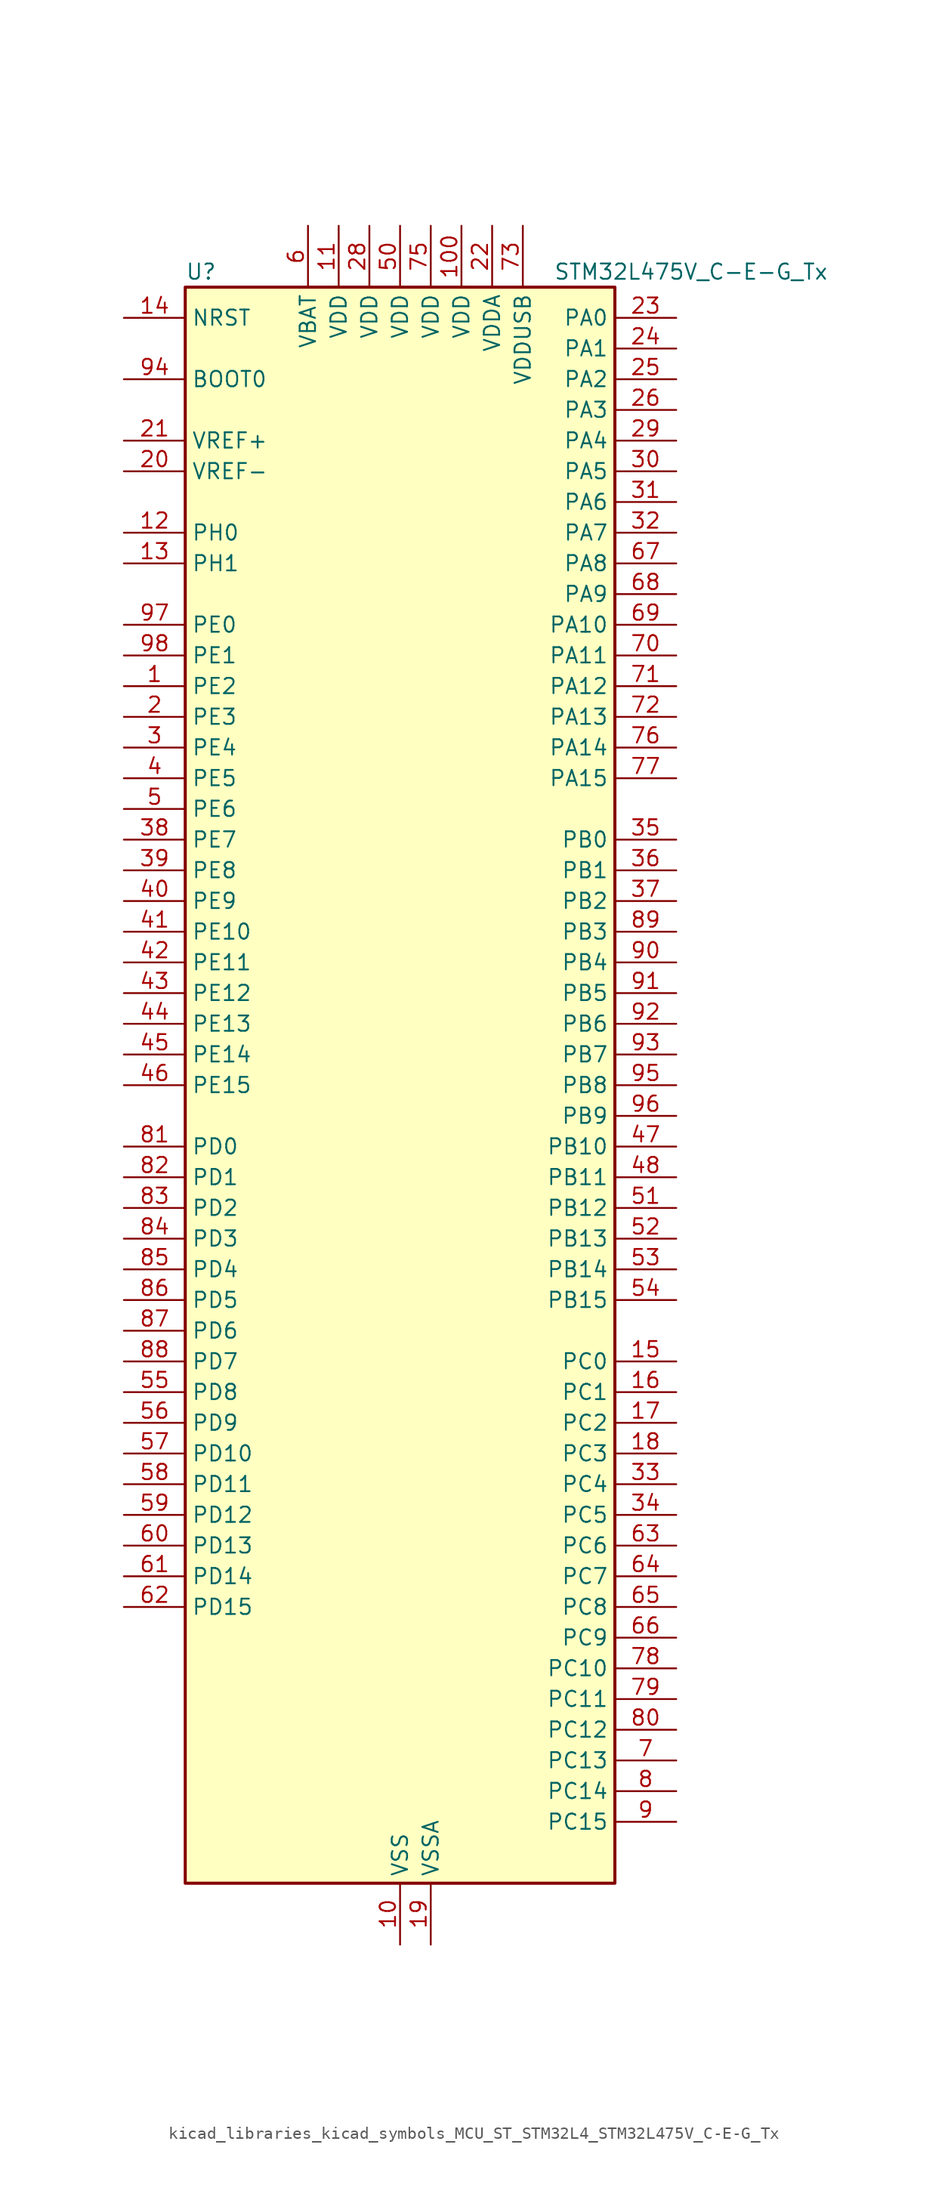
<source format=kicad_sym>
(kicad_symbol_lib
  (version 20220914)
  (generator kicad_symbol_editor)
  (symbol "kicad_libraries_kicad_symbols_MCU_ST_STM32L4_STM32L475V_C-E-G_Tx"
    (property "Reference" "U"
      (at -17.78 67.31 0)
      (effects (font (size 1.27 1.27)) (justify left)))
    (property "Value" "STM32L475V_C-E-G_Tx"
      (at 12.7 67.31 0)
      (effects (font (size 1.27 1.27)) (justify left)))
    (property "ki_locked" ""
      (at 0 0 0)
      (effects (font (size 1.27 1.27))))
    (symbol "kicad_libraries_kicad_symbols_MCU_ST_STM32L4_STM32L475V_C-E-G_Tx_0_1"
      (rectangle (start -17.78 -66.04) (end 17.78 66.04) (stroke (width 0.254) (type default)) (fill (type background))))
    (symbol "kicad_libraries_kicad_symbols_MCU_ST_STM32L4_STM32L475V_C-E-G_Tx_1_1"
      (pin bidirectional line (at -22.86 33.02 0) (length 5.08) (name "PE2" (effects (font (size 1.27 1.27)))) (number "1" (effects (font (size 1.27 1.27)))) (alternate "FMC_A23" bidirectional line) (alternate "SAI1_MCLK_A" bidirectional line) (alternate "SYS_TRACECLK" bidirectional line) (alternate "TIM3_ETR" bidirectional line) (alternate "TSC_G7_IO1" bidirectional line))
      (pin power_in line (at 0 -71.12 90) (length 5.08) (name "VSS" (effects (font (size 1.27 1.27)))) (number "10" (effects (font (size 1.27 1.27)))))
      (pin power_in line (at 5.08 71.12 270) (length 5.08) (name "VDD" (effects (font (size 1.27 1.27)))) (number "100" (effects (font (size 1.27 1.27)))))
      (pin power_in line (at -5.08 71.12 270) (length 5.08) (name "VDD" (effects (font (size 1.27 1.27)))) (number "11" (effects (font (size 1.27 1.27)))))
      (pin bidirectional line (at -22.86 45.72 0) (length 5.08) (name "PH0" (effects (font (size 1.27 1.27)))) (number "12" (effects (font (size 1.27 1.27)))) (alternate "RCC_OSC_IN" bidirectional line))
      (pin bidirectional line (at -22.86 43.18 0) (length 5.08) (name "PH1" (effects (font (size 1.27 1.27)))) (number "13" (effects (font (size 1.27 1.27)))) (alternate "RCC_OSC_OUT" bidirectional line))
      (pin input line (at -22.86 63.5 0) (length 5.08) (name "NRST" (effects (font (size 1.27 1.27)))) (number "14" (effects (font (size 1.27 1.27)))))
      (pin bidirectional line (at 22.86 -22.86 180) (length 5.08) (name "PC0" (effects (font (size 1.27 1.27)))) (number "15" (effects (font (size 1.27 1.27)))) (alternate "ADC1_IN1" bidirectional line) (alternate "ADC2_IN1" bidirectional line) (alternate "ADC3_IN1" bidirectional line) (alternate "DFSDM1_DATIN4" bidirectional line) (alternate "I2C3_SCL" bidirectional line) (alternate "LPTIM1_IN1" bidirectional line) (alternate "LPTIM2_IN1" bidirectional line) (alternate "LPUART1_RX" bidirectional line))
      (pin bidirectional line (at 22.86 -25.4 180) (length 5.08) (name "PC1" (effects (font (size 1.27 1.27)))) (number "16" (effects (font (size 1.27 1.27)))) (alternate "ADC1_IN2" bidirectional line) (alternate "ADC2_IN2" bidirectional line) (alternate "ADC3_IN2" bidirectional line) (alternate "DFSDM1_CKIN4" bidirectional line) (alternate "I2C3_SDA" bidirectional line) (alternate "LPTIM1_OUT" bidirectional line) (alternate "LPUART1_TX" bidirectional line))
      (pin bidirectional line (at 22.86 -27.94 180) (length 5.08) (name "PC2" (effects (font (size 1.27 1.27)))) (number "17" (effects (font (size 1.27 1.27)))) (alternate "ADC1_IN3" bidirectional line) (alternate "ADC2_IN3" bidirectional line) (alternate "ADC3_IN3" bidirectional line) (alternate "DFSDM1_CKOUT" bidirectional line) (alternate "LPTIM1_IN2" bidirectional line) (alternate "SPI2_MISO" bidirectional line))
      (pin bidirectional line (at 22.86 -30.48 180) (length 5.08) (name "PC3" (effects (font (size 1.27 1.27)))) (number "18" (effects (font (size 1.27 1.27)))) (alternate "ADC1_IN4" bidirectional line) (alternate "ADC2_IN4" bidirectional line) (alternate "ADC3_IN4" bidirectional line) (alternate "LPTIM1_ETR" bidirectional line) (alternate "LPTIM2_ETR" bidirectional line) (alternate "SAI1_SD_A" bidirectional line) (alternate "SPI2_MOSI" bidirectional line))
      (pin power_in line (at 2.54 -71.12 90) (length 5.08) (name "VSSA" (effects (font (size 1.27 1.27)))) (number "19" (effects (font (size 1.27 1.27)))))
      (pin bidirectional line (at -22.86 30.48 0) (length 5.08) (name "PE3" (effects (font (size 1.27 1.27)))) (number "2" (effects (font (size 1.27 1.27)))) (alternate "FMC_A19" bidirectional line) (alternate "SAI1_SD_B" bidirectional line) (alternate "SYS_TRACED0" bidirectional line) (alternate "TIM3_CH1" bidirectional line) (alternate "TSC_G7_IO2" bidirectional line))
      (pin input line (at -22.86 50.8 0) (length 5.08) (name "VREF-" (effects (font (size 1.27 1.27)))) (number "20" (effects (font (size 1.27 1.27)))))
      (pin input line (at -22.86 53.34 0) (length 5.08) (name "VREF+" (effects (font (size 1.27 1.27)))) (number "21" (effects (font (size 1.27 1.27)))) (alternate "VREFBUF_OUT" bidirectional line))
      (pin power_in line (at 7.62 71.12 270) (length 5.08) (name "VDDA" (effects (font (size 1.27 1.27)))) (number "22" (effects (font (size 1.27 1.27)))))
      (pin bidirectional line (at 22.86 63.5 180) (length 5.08) (name "PA0" (effects (font (size 1.27 1.27)))) (number "23" (effects (font (size 1.27 1.27)))) (alternate "ADC1_IN5" bidirectional line) (alternate "ADC2_IN5" bidirectional line) (alternate "OPAMP1_VINP" bidirectional line) (alternate "RTC_TAMP2" bidirectional line) (alternate "SAI1_EXTCLK" bidirectional line) (alternate "SYS_WKUP1" bidirectional line) (alternate "TIM2_CH1" bidirectional line) (alternate "TIM2_ETR" bidirectional line) (alternate "TIM5_CH1" bidirectional line) (alternate "TIM8_ETR" bidirectional line) (alternate "UART4_TX" bidirectional line) (alternate "USART2_CTS" bidirectional line))
      (pin bidirectional line (at 22.86 60.96 180) (length 5.08) (name "PA1" (effects (font (size 1.27 1.27)))) (number "24" (effects (font (size 1.27 1.27)))) (alternate "ADC1_IN6" bidirectional line) (alternate "ADC2_IN6" bidirectional line) (alternate "OPAMP1_VINM" bidirectional line) (alternate "TIM15_CH1N" bidirectional line) (alternate "TIM2_CH2" bidirectional line) (alternate "TIM5_CH2" bidirectional line) (alternate "UART4_RX" bidirectional line) (alternate "USART2_DE" bidirectional line) (alternate "USART2_RTS" bidirectional line))
      (pin bidirectional line (at 22.86 58.42 180) (length 5.08) (name "PA2" (effects (font (size 1.27 1.27)))) (number "25" (effects (font (size 1.27 1.27)))) (alternate "ADC1_IN7" bidirectional line) (alternate "ADC2_IN7" bidirectional line) (alternate "RCC_LSCO" bidirectional line) (alternate "SAI2_EXTCLK" bidirectional line) (alternate "SYS_WKUP4" bidirectional line) (alternate "TIM15_CH1" bidirectional line) (alternate "TIM2_CH3" bidirectional line) (alternate "TIM5_CH3" bidirectional line) (alternate "USART2_TX" bidirectional line))
      (pin bidirectional line (at 22.86 55.88 180) (length 5.08) (name "PA3" (effects (font (size 1.27 1.27)))) (number "26" (effects (font (size 1.27 1.27)))) (alternate "ADC1_IN8" bidirectional line) (alternate "ADC2_IN8" bidirectional line) (alternate "OPAMP1_VOUT" bidirectional line) (alternate "TIM15_CH2" bidirectional line) (alternate "TIM2_CH4" bidirectional line) (alternate "TIM5_CH4" bidirectional line) (alternate "USART2_RX" bidirectional line))
      (pin passive line (at 0 -71.12 90) (length 5.08) hide (name "VSS" (effects (font (size 1.27 1.27)))) (number "27" (effects (font (size 1.27 1.27)))))
      (pin power_in line (at -2.54 71.12 270) (length 5.08) (name "VDD" (effects (font (size 1.27 1.27)))) (number "28" (effects (font (size 1.27 1.27)))))
      (pin bidirectional line (at 22.86 53.34 180) (length 5.08) (name "PA4" (effects (font (size 1.27 1.27)))) (number "29" (effects (font (size 1.27 1.27)))) (alternate "ADC1_IN9" bidirectional line) (alternate "ADC2_IN9" bidirectional line) (alternate "DAC1_OUT1" bidirectional line) (alternate "LPTIM2_OUT" bidirectional line) (alternate "SAI1_FS_B" bidirectional line) (alternate "SPI1_NSS" bidirectional line) (alternate "SPI3_NSS" bidirectional line) (alternate "USART2_CK" bidirectional line))
      (pin bidirectional line (at -22.86 27.94 0) (length 5.08) (name "PE4" (effects (font (size 1.27 1.27)))) (number "3" (effects (font (size 1.27 1.27)))) (alternate "DFSDM1_DATIN3" bidirectional line) (alternate "FMC_A20" bidirectional line) (alternate "SAI1_FS_A" bidirectional line) (alternate "SYS_TRACED1" bidirectional line) (alternate "TIM3_CH2" bidirectional line) (alternate "TSC_G7_IO3" bidirectional line))
      (pin bidirectional line (at 22.86 50.8 180) (length 5.08) (name "PA5" (effects (font (size 1.27 1.27)))) (number "30" (effects (font (size 1.27 1.27)))) (alternate "ADC1_IN10" bidirectional line) (alternate "ADC2_IN10" bidirectional line) (alternate "DAC1_OUT2" bidirectional line) (alternate "LPTIM2_ETR" bidirectional line) (alternate "SPI1_SCK" bidirectional line) (alternate "TIM2_CH1" bidirectional line) (alternate "TIM2_ETR" bidirectional line) (alternate "TIM8_CH1N" bidirectional line))
      (pin bidirectional line (at 22.86 48.26 180) (length 5.08) (name "PA6" (effects (font (size 1.27 1.27)))) (number "31" (effects (font (size 1.27 1.27)))) (alternate "ADC1_IN11" bidirectional line) (alternate "ADC2_IN11" bidirectional line) (alternate "OPAMP2_VINP" bidirectional line) (alternate "QUADSPI_BK1_IO3" bidirectional line) (alternate "SPI1_MISO" bidirectional line) (alternate "TIM16_CH1" bidirectional line) (alternate "TIM1_BKIN" bidirectional line) (alternate "TIM1_BKIN_COMP2" bidirectional line) (alternate "TIM3_CH1" bidirectional line) (alternate "TIM8_BKIN" bidirectional line) (alternate "TIM8_BKIN_COMP2" bidirectional line) (alternate "USART3_CTS" bidirectional line))
      (pin bidirectional line (at 22.86 45.72 180) (length 5.08) (name "PA7" (effects (font (size 1.27 1.27)))) (number "32" (effects (font (size 1.27 1.27)))) (alternate "ADC1_IN12" bidirectional line) (alternate "ADC2_IN12" bidirectional line) (alternate "OPAMP2_VINM" bidirectional line) (alternate "QUADSPI_BK1_IO2" bidirectional line) (alternate "SPI1_MOSI" bidirectional line) (alternate "TIM17_CH1" bidirectional line) (alternate "TIM1_CH1N" bidirectional line) (alternate "TIM3_CH2" bidirectional line) (alternate "TIM8_CH1N" bidirectional line))
      (pin bidirectional line (at 22.86 -33.02 180) (length 5.08) (name "PC4" (effects (font (size 1.27 1.27)))) (number "33" (effects (font (size 1.27 1.27)))) (alternate "ADC1_IN13" bidirectional line) (alternate "ADC2_IN13" bidirectional line) (alternate "COMP1_INM" bidirectional line) (alternate "USART3_TX" bidirectional line))
      (pin bidirectional line (at 22.86 -35.56 180) (length 5.08) (name "PC5" (effects (font (size 1.27 1.27)))) (number "34" (effects (font (size 1.27 1.27)))) (alternate "ADC1_IN14" bidirectional line) (alternate "ADC2_IN14" bidirectional line) (alternate "COMP1_INP" bidirectional line) (alternate "SYS_WKUP5" bidirectional line) (alternate "USART3_RX" bidirectional line))
      (pin bidirectional line (at 22.86 20.32 180) (length 5.08) (name "PB0" (effects (font (size 1.27 1.27)))) (number "35" (effects (font (size 1.27 1.27)))) (alternate "ADC1_IN15" bidirectional line) (alternate "ADC2_IN15" bidirectional line) (alternate "COMP1_OUT" bidirectional line) (alternate "OPAMP2_VOUT" bidirectional line) (alternate "QUADSPI_BK1_IO1" bidirectional line) (alternate "TIM1_CH2N" bidirectional line) (alternate "TIM3_CH3" bidirectional line) (alternate "TIM8_CH2N" bidirectional line) (alternate "USART3_CK" bidirectional line))
      (pin bidirectional line (at 22.86 17.78 180) (length 5.08) (name "PB1" (effects (font (size 1.27 1.27)))) (number "36" (effects (font (size 1.27 1.27)))) (alternate "ADC1_IN16" bidirectional line) (alternate "ADC2_IN16" bidirectional line) (alternate "COMP1_INM" bidirectional line) (alternate "DFSDM1_DATIN0" bidirectional line) (alternate "LPTIM2_IN1" bidirectional line) (alternate "QUADSPI_BK1_IO0" bidirectional line) (alternate "TIM1_CH3N" bidirectional line) (alternate "TIM3_CH4" bidirectional line) (alternate "TIM8_CH3N" bidirectional line) (alternate "USART3_DE" bidirectional line) (alternate "USART3_RTS" bidirectional line))
      (pin bidirectional line (at 22.86 15.24 180) (length 5.08) (name "PB2" (effects (font (size 1.27 1.27)))) (number "37" (effects (font (size 1.27 1.27)))) (alternate "COMP1_INP" bidirectional line) (alternate "DFSDM1_CKIN0" bidirectional line) (alternate "I2C3_SMBA" bidirectional line) (alternate "LPTIM1_OUT" bidirectional line) (alternate "RTC_OUT_ALARM" bidirectional line) (alternate "RTC_OUT_CALIB" bidirectional line))
      (pin bidirectional line (at -22.86 20.32 0) (length 5.08) (name "PE7" (effects (font (size 1.27 1.27)))) (number "38" (effects (font (size 1.27 1.27)))) (alternate "DFSDM1_DATIN2" bidirectional line) (alternate "FMC_D4" bidirectional line) (alternate "FMC_DA4" bidirectional line) (alternate "SAI1_SD_B" bidirectional line) (alternate "TIM1_ETR" bidirectional line))
      (pin bidirectional line (at -22.86 17.78 0) (length 5.08) (name "PE8" (effects (font (size 1.27 1.27)))) (number "39" (effects (font (size 1.27 1.27)))) (alternate "DFSDM1_CKIN2" bidirectional line) (alternate "FMC_D5" bidirectional line) (alternate "FMC_DA5" bidirectional line) (alternate "SAI1_SCK_B" bidirectional line) (alternate "TIM1_CH1N" bidirectional line))
      (pin bidirectional line (at -22.86 25.4 0) (length 5.08) (name "PE5" (effects (font (size 1.27 1.27)))) (number "4" (effects (font (size 1.27 1.27)))) (alternate "DFSDM1_CKIN3" bidirectional line) (alternate "FMC_A21" bidirectional line) (alternate "SAI1_SCK_A" bidirectional line) (alternate "SYS_TRACED2" bidirectional line) (alternate "TIM3_CH3" bidirectional line) (alternate "TSC_G7_IO4" bidirectional line))
      (pin bidirectional line (at -22.86 15.24 0) (length 5.08) (name "PE9" (effects (font (size 1.27 1.27)))) (number "40" (effects (font (size 1.27 1.27)))) (alternate "DAC1_EXTI9" bidirectional line) (alternate "DFSDM1_CKOUT" bidirectional line) (alternate "FMC_D6" bidirectional line) (alternate "FMC_DA6" bidirectional line) (alternate "SAI1_FS_B" bidirectional line) (alternate "TIM1_CH1" bidirectional line))
      (pin bidirectional line (at -22.86 12.7 0) (length 5.08) (name "PE10" (effects (font (size 1.27 1.27)))) (number "41" (effects (font (size 1.27 1.27)))) (alternate "DFSDM1_DATIN4" bidirectional line) (alternate "FMC_D7" bidirectional line) (alternate "FMC_DA7" bidirectional line) (alternate "QUADSPI_CLK" bidirectional line) (alternate "SAI1_MCLK_B" bidirectional line) (alternate "TIM1_CH2N" bidirectional line) (alternate "TSC_G5_IO1" bidirectional line))
      (pin bidirectional line (at -22.86 10.16 0) (length 5.08) (name "PE11" (effects (font (size 1.27 1.27)))) (number "42" (effects (font (size 1.27 1.27)))) (alternate "ADC1_EXTI11" bidirectional line) (alternate "ADC2_EXTI11" bidirectional line) (alternate "ADC3_EXTI11" bidirectional line) (alternate "DFSDM1_CKIN4" bidirectional line) (alternate "FMC_D8" bidirectional line) (alternate "FMC_DA8" bidirectional line) (alternate "QUADSPI_NCS" bidirectional line) (alternate "TIM1_CH2" bidirectional line) (alternate "TSC_G5_IO2" bidirectional line))
      (pin bidirectional line (at -22.86 7.62 0) (length 5.08) (name "PE12" (effects (font (size 1.27 1.27)))) (number "43" (effects (font (size 1.27 1.27)))) (alternate "DFSDM1_DATIN5" bidirectional line) (alternate "FMC_D9" bidirectional line) (alternate "FMC_DA9" bidirectional line) (alternate "QUADSPI_BK1_IO0" bidirectional line) (alternate "SPI1_NSS" bidirectional line) (alternate "TIM1_CH3N" bidirectional line) (alternate "TSC_G5_IO3" bidirectional line))
      (pin bidirectional line (at -22.86 5.08 0) (length 5.08) (name "PE13" (effects (font (size 1.27 1.27)))) (number "44" (effects (font (size 1.27 1.27)))) (alternate "DFSDM1_CKIN5" bidirectional line) (alternate "FMC_D10" bidirectional line) (alternate "FMC_DA10" bidirectional line) (alternate "QUADSPI_BK1_IO1" bidirectional line) (alternate "SPI1_SCK" bidirectional line) (alternate "TIM1_CH3" bidirectional line) (alternate "TSC_G5_IO4" bidirectional line))
      (pin bidirectional line (at -22.86 2.54 0) (length 5.08) (name "PE14" (effects (font (size 1.27 1.27)))) (number "45" (effects (font (size 1.27 1.27)))) (alternate "FMC_D11" bidirectional line) (alternate "FMC_DA11" bidirectional line) (alternate "QUADSPI_BK1_IO2" bidirectional line) (alternate "SPI1_MISO" bidirectional line) (alternate "TIM1_BKIN2" bidirectional line) (alternate "TIM1_BKIN2_COMP2" bidirectional line) (alternate "TIM1_CH4" bidirectional line))
      (pin bidirectional line (at -22.86 0 0) (length 5.08) (name "PE15" (effects (font (size 1.27 1.27)))) (number "46" (effects (font (size 1.27 1.27)))) (alternate "ADC1_EXTI15" bidirectional line) (alternate "ADC2_EXTI15" bidirectional line) (alternate "ADC3_EXTI15" bidirectional line) (alternate "FMC_D12" bidirectional line) (alternate "FMC_DA12" bidirectional line) (alternate "QUADSPI_BK1_IO3" bidirectional line) (alternate "SPI1_MOSI" bidirectional line) (alternate "TIM1_BKIN" bidirectional line) (alternate "TIM1_BKIN_COMP1" bidirectional line))
      (pin bidirectional line (at 22.86 -5.08 180) (length 5.08) (name "PB10" (effects (font (size 1.27 1.27)))) (number "47" (effects (font (size 1.27 1.27)))) (alternate "COMP1_OUT" bidirectional line) (alternate "DFSDM1_DATIN7" bidirectional line) (alternate "I2C2_SCL" bidirectional line) (alternate "LPUART1_RX" bidirectional line) (alternate "QUADSPI_CLK" bidirectional line) (alternate "SAI1_SCK_A" bidirectional line) (alternate "SPI2_SCK" bidirectional line) (alternate "TIM2_CH3" bidirectional line) (alternate "USART3_TX" bidirectional line))
      (pin bidirectional line (at 22.86 -7.62 180) (length 5.08) (name "PB11" (effects (font (size 1.27 1.27)))) (number "48" (effects (font (size 1.27 1.27)))) (alternate "ADC1_EXTI11" bidirectional line) (alternate "ADC2_EXTI11" bidirectional line) (alternate "ADC3_EXTI11" bidirectional line) (alternate "COMP2_OUT" bidirectional line) (alternate "DFSDM1_CKIN7" bidirectional line) (alternate "I2C2_SDA" bidirectional line) (alternate "LPUART1_TX" bidirectional line) (alternate "QUADSPI_NCS" bidirectional line) (alternate "TIM2_CH4" bidirectional line) (alternate "USART3_RX" bidirectional line))
      (pin passive line (at 0 -71.12 90) (length 5.08) hide (name "VSS" (effects (font (size 1.27 1.27)))) (number "49" (effects (font (size 1.27 1.27)))))
      (pin bidirectional line (at -22.86 22.86 0) (length 5.08) (name "PE6" (effects (font (size 1.27 1.27)))) (number "5" (effects (font (size 1.27 1.27)))) (alternate "FMC_A22" bidirectional line) (alternate "RTC_TAMP3" bidirectional line) (alternate "SAI1_SD_A" bidirectional line) (alternate "SYS_TRACED3" bidirectional line) (alternate "SYS_WKUP3" bidirectional line) (alternate "TIM3_CH4" bidirectional line))
      (pin power_in line (at 0 71.12 270) (length 5.08) (name "VDD" (effects (font (size 1.27 1.27)))) (number "50" (effects (font (size 1.27 1.27)))))
      (pin bidirectional line (at 22.86 -10.16 180) (length 5.08) (name "PB12" (effects (font (size 1.27 1.27)))) (number "51" (effects (font (size 1.27 1.27)))) (alternate "DFSDM1_DATIN1" bidirectional line) (alternate "I2C2_SMBA" bidirectional line) (alternate "LPUART1_DE" bidirectional line) (alternate "LPUART1_RTS" bidirectional line) (alternate "SAI2_FS_A" bidirectional line) (alternate "SPI2_NSS" bidirectional line) (alternate "SWPMI1_IO" bidirectional line) (alternate "TIM15_BKIN" bidirectional line) (alternate "TIM1_BKIN" bidirectional line) (alternate "TIM1_BKIN_COMP2" bidirectional line) (alternate "TSC_G1_IO1" bidirectional line) (alternate "USART3_CK" bidirectional line))
      (pin bidirectional line (at 22.86 -12.7 180) (length 5.08) (name "PB13" (effects (font (size 1.27 1.27)))) (number "52" (effects (font (size 1.27 1.27)))) (alternate "DFSDM1_CKIN1" bidirectional line) (alternate "I2C2_SCL" bidirectional line) (alternate "LPUART1_CTS" bidirectional line) (alternate "SAI2_SCK_A" bidirectional line) (alternate "SPI2_SCK" bidirectional line) (alternate "SWPMI1_TX" bidirectional line) (alternate "TIM15_CH1N" bidirectional line) (alternate "TIM1_CH1N" bidirectional line) (alternate "TSC_G1_IO2" bidirectional line) (alternate "USART3_CTS" bidirectional line))
      (pin bidirectional line (at 22.86 -15.24 180) (length 5.08) (name "PB14" (effects (font (size 1.27 1.27)))) (number "53" (effects (font (size 1.27 1.27)))) (alternate "DFSDM1_DATIN2" bidirectional line) (alternate "I2C2_SDA" bidirectional line) (alternate "SAI2_MCLK_A" bidirectional line) (alternate "SPI2_MISO" bidirectional line) (alternate "SWPMI1_RX" bidirectional line) (alternate "TIM15_CH1" bidirectional line) (alternate "TIM1_CH2N" bidirectional line) (alternate "TIM8_CH2N" bidirectional line) (alternate "TSC_G1_IO3" bidirectional line) (alternate "USART3_DE" bidirectional line) (alternate "USART3_RTS" bidirectional line))
      (pin bidirectional line (at 22.86 -17.78 180) (length 5.08) (name "PB15" (effects (font (size 1.27 1.27)))) (number "54" (effects (font (size 1.27 1.27)))) (alternate "ADC1_EXTI15" bidirectional line) (alternate "ADC2_EXTI15" bidirectional line) (alternate "ADC3_EXTI15" bidirectional line) (alternate "DFSDM1_CKIN2" bidirectional line) (alternate "RTC_REFIN" bidirectional line) (alternate "SAI2_SD_A" bidirectional line) (alternate "SPI2_MOSI" bidirectional line) (alternate "SWPMI1_SUSPEND" bidirectional line) (alternate "TIM15_CH2" bidirectional line) (alternate "TIM1_CH3N" bidirectional line) (alternate "TIM8_CH3N" bidirectional line) (alternate "TSC_G1_IO4" bidirectional line))
      (pin bidirectional line (at -22.86 -25.4 0) (length 5.08) (name "PD8" (effects (font (size 1.27 1.27)))) (number "55" (effects (font (size 1.27 1.27)))) (alternate "FMC_D13" bidirectional line) (alternate "FMC_DA13" bidirectional line) (alternate "USART3_TX" bidirectional line))
      (pin bidirectional line (at -22.86 -27.94 0) (length 5.08) (name "PD9" (effects (font (size 1.27 1.27)))) (number "56" (effects (font (size 1.27 1.27)))) (alternate "DAC1_EXTI9" bidirectional line) (alternate "FMC_D14" bidirectional line) (alternate "FMC_DA14" bidirectional line) (alternate "SAI2_MCLK_A" bidirectional line) (alternate "USART3_RX" bidirectional line))
      (pin bidirectional line (at -22.86 -30.48 0) (length 5.08) (name "PD10" (effects (font (size 1.27 1.27)))) (number "57" (effects (font (size 1.27 1.27)))) (alternate "FMC_D15" bidirectional line) (alternate "FMC_DA15" bidirectional line) (alternate "SAI2_SCK_A" bidirectional line) (alternate "TSC_G6_IO1" bidirectional line) (alternate "USART3_CK" bidirectional line))
      (pin bidirectional line (at -22.86 -33.02 0) (length 5.08) (name "PD11" (effects (font (size 1.27 1.27)))) (number "58" (effects (font (size 1.27 1.27)))) (alternate "ADC1_EXTI11" bidirectional line) (alternate "ADC2_EXTI11" bidirectional line) (alternate "ADC3_EXTI11" bidirectional line) (alternate "FMC_A16" bidirectional line) (alternate "FMC_CLE" bidirectional line) (alternate "LPTIM2_ETR" bidirectional line) (alternate "SAI2_SD_A" bidirectional line) (alternate "TSC_G6_IO2" bidirectional line) (alternate "USART3_CTS" bidirectional line))
      (pin bidirectional line (at -22.86 -35.56 0) (length 5.08) (name "PD12" (effects (font (size 1.27 1.27)))) (number "59" (effects (font (size 1.27 1.27)))) (alternate "FMC_A17" bidirectional line) (alternate "FMC_ALE" bidirectional line) (alternate "LPTIM2_IN1" bidirectional line) (alternate "SAI2_FS_A" bidirectional line) (alternate "TIM4_CH1" bidirectional line) (alternate "TSC_G6_IO3" bidirectional line) (alternate "USART3_DE" bidirectional line) (alternate "USART3_RTS" bidirectional line))
      (pin power_in line (at -7.62 71.12 270) (length 5.08) (name "VBAT" (effects (font (size 1.27 1.27)))) (number "6" (effects (font (size 1.27 1.27)))))
      (pin bidirectional line (at -22.86 -38.1 0) (length 5.08) (name "PD13" (effects (font (size 1.27 1.27)))) (number "60" (effects (font (size 1.27 1.27)))) (alternate "FMC_A18" bidirectional line) (alternate "LPTIM2_OUT" bidirectional line) (alternate "TIM4_CH2" bidirectional line) (alternate "TSC_G6_IO4" bidirectional line))
      (pin bidirectional line (at -22.86 -40.64 0) (length 5.08) (name "PD14" (effects (font (size 1.27 1.27)))) (number "61" (effects (font (size 1.27 1.27)))) (alternate "FMC_D0" bidirectional line) (alternate "FMC_DA0" bidirectional line) (alternate "TIM4_CH3" bidirectional line))
      (pin bidirectional line (at -22.86 -43.18 0) (length 5.08) (name "PD15" (effects (font (size 1.27 1.27)))) (number "62" (effects (font (size 1.27 1.27)))) (alternate "ADC1_EXTI15" bidirectional line) (alternate "ADC2_EXTI15" bidirectional line) (alternate "ADC3_EXTI15" bidirectional line) (alternate "FMC_D1" bidirectional line) (alternate "FMC_DA1" bidirectional line) (alternate "TIM4_CH4" bidirectional line))
      (pin bidirectional line (at 22.86 -38.1 180) (length 5.08) (name "PC6" (effects (font (size 1.27 1.27)))) (number "63" (effects (font (size 1.27 1.27)))) (alternate "DFSDM1_CKIN3" bidirectional line) (alternate "SAI2_MCLK_A" bidirectional line) (alternate "SDMMC1_D6" bidirectional line) (alternate "TIM3_CH1" bidirectional line) (alternate "TIM8_CH1" bidirectional line) (alternate "TSC_G4_IO1" bidirectional line))
      (pin bidirectional line (at 22.86 -40.64 180) (length 5.08) (name "PC7" (effects (font (size 1.27 1.27)))) (number "64" (effects (font (size 1.27 1.27)))) (alternate "DFSDM1_DATIN3" bidirectional line) (alternate "SAI2_MCLK_B" bidirectional line) (alternate "SDMMC1_D7" bidirectional line) (alternate "TIM3_CH2" bidirectional line) (alternate "TIM8_CH2" bidirectional line) (alternate "TSC_G4_IO2" bidirectional line))
      (pin bidirectional line (at 22.86 -43.18 180) (length 5.08) (name "PC8" (effects (font (size 1.27 1.27)))) (number "65" (effects (font (size 1.27 1.27)))) (alternate "SDMMC1_D0" bidirectional line) (alternate "TIM3_CH3" bidirectional line) (alternate "TIM8_CH3" bidirectional line) (alternate "TSC_G4_IO3" bidirectional line))
      (pin bidirectional line (at 22.86 -45.72 180) (length 5.08) (name "PC9" (effects (font (size 1.27 1.27)))) (number "66" (effects (font (size 1.27 1.27)))) (alternate "DAC1_EXTI9" bidirectional line) (alternate "SAI2_EXTCLK" bidirectional line) (alternate "SDMMC1_D1" bidirectional line) (alternate "TIM3_CH4" bidirectional line) (alternate "TIM8_BKIN2" bidirectional line) (alternate "TIM8_BKIN2_COMP1" bidirectional line) (alternate "TIM8_CH4" bidirectional line) (alternate "TSC_G4_IO4" bidirectional line) (alternate "USB_OTG_FS_NOE" bidirectional line))
      (pin bidirectional line (at 22.86 43.18 180) (length 5.08) (name "PA8" (effects (font (size 1.27 1.27)))) (number "67" (effects (font (size 1.27 1.27)))) (alternate "LPTIM2_OUT" bidirectional line) (alternate "RCC_MCO" bidirectional line) (alternate "TIM1_CH1" bidirectional line) (alternate "USART1_CK" bidirectional line) (alternate "USB_OTG_FS_SOF" bidirectional line))
      (pin bidirectional line (at 22.86 40.64 180) (length 5.08) (name "PA9" (effects (font (size 1.27 1.27)))) (number "68" (effects (font (size 1.27 1.27)))) (alternate "DAC1_EXTI9" bidirectional line) (alternate "TIM15_BKIN" bidirectional line) (alternate "TIM1_CH2" bidirectional line) (alternate "USART1_TX" bidirectional line) (alternate "USB_OTG_FS_VBUS" bidirectional line))
      (pin bidirectional line (at 22.86 38.1 180) (length 5.08) (name "PA10" (effects (font (size 1.27 1.27)))) (number "69" (effects (font (size 1.27 1.27)))) (alternate "TIM17_BKIN" bidirectional line) (alternate "TIM1_CH3" bidirectional line) (alternate "USART1_RX" bidirectional line) (alternate "USB_OTG_FS_ID" bidirectional line))
      (pin bidirectional line (at 22.86 -55.88 180) (length 5.08) (name "PC13" (effects (font (size 1.27 1.27)))) (number "7" (effects (font (size 1.27 1.27)))) (alternate "RTC_OUT_ALARM" bidirectional line) (alternate "RTC_OUT_CALIB" bidirectional line) (alternate "RTC_TAMP1" bidirectional line) (alternate "RTC_TS" bidirectional line) (alternate "SYS_WKUP2" bidirectional line))
      (pin bidirectional line (at 22.86 35.56 180) (length 5.08) (name "PA11" (effects (font (size 1.27 1.27)))) (number "70" (effects (font (size 1.27 1.27)))) (alternate "ADC1_EXTI11" bidirectional line) (alternate "ADC2_EXTI11" bidirectional line) (alternate "ADC3_EXTI11" bidirectional line) (alternate "CAN1_RX" bidirectional line) (alternate "TIM1_BKIN2" bidirectional line) (alternate "TIM1_BKIN2_COMP1" bidirectional line) (alternate "TIM1_CH4" bidirectional line) (alternate "USART1_CTS" bidirectional line) (alternate "USB_OTG_FS_DM" bidirectional line))
      (pin bidirectional line (at 22.86 33.02 180) (length 5.08) (name "PA12" (effects (font (size 1.27 1.27)))) (number "71" (effects (font (size 1.27 1.27)))) (alternate "CAN1_TX" bidirectional line) (alternate "TIM1_ETR" bidirectional line) (alternate "USART1_DE" bidirectional line) (alternate "USART1_RTS" bidirectional line) (alternate "USB_OTG_FS_DP" bidirectional line))
      (pin bidirectional line (at 22.86 30.48 180) (length 5.08) (name "PA13" (effects (font (size 1.27 1.27)))) (number "72" (effects (font (size 1.27 1.27)))) (alternate "IR_OUT" bidirectional line) (alternate "SYS_JTMS-SWDIO" bidirectional line) (alternate "USB_OTG_FS_NOE" bidirectional line))
      (pin power_in line (at 10.16 71.12 270) (length 5.08) (name "VDDUSB" (effects (font (size 1.27 1.27)))) (number "73" (effects (font (size 1.27 1.27)))))
      (pin passive line (at 0 -71.12 90) (length 5.08) hide (name "VSS" (effects (font (size 1.27 1.27)))) (number "74" (effects (font (size 1.27 1.27)))))
      (pin power_in line (at 2.54 71.12 270) (length 5.08) (name "VDD" (effects (font (size 1.27 1.27)))) (number "75" (effects (font (size 1.27 1.27)))))
      (pin bidirectional line (at 22.86 27.94 180) (length 5.08) (name "PA14" (effects (font (size 1.27 1.27)))) (number "76" (effects (font (size 1.27 1.27)))) (alternate "SYS_JTCK-SWCLK" bidirectional line))
      (pin bidirectional line (at 22.86 25.4 180) (length 5.08) (name "PA15" (effects (font (size 1.27 1.27)))) (number "77" (effects (font (size 1.27 1.27)))) (alternate "ADC1_EXTI15" bidirectional line) (alternate "ADC2_EXTI15" bidirectional line) (alternate "ADC3_EXTI15" bidirectional line) (alternate "SAI2_FS_B" bidirectional line) (alternate "SPI1_NSS" bidirectional line) (alternate "SPI3_NSS" bidirectional line) (alternate "SYS_JTDI" bidirectional line) (alternate "TIM2_CH1" bidirectional line) (alternate "TIM2_ETR" bidirectional line) (alternate "TSC_G3_IO1" bidirectional line) (alternate "UART4_DE" bidirectional line) (alternate "UART4_RTS" bidirectional line))
      (pin bidirectional line (at 22.86 -48.26 180) (length 5.08) (name "PC10" (effects (font (size 1.27 1.27)))) (number "78" (effects (font (size 1.27 1.27)))) (alternate "SAI2_SCK_B" bidirectional line) (alternate "SDMMC1_D2" bidirectional line) (alternate "SPI3_SCK" bidirectional line) (alternate "TSC_G3_IO2" bidirectional line) (alternate "UART4_TX" bidirectional line) (alternate "USART3_TX" bidirectional line))
      (pin bidirectional line (at 22.86 -50.8 180) (length 5.08) (name "PC11" (effects (font (size 1.27 1.27)))) (number "79" (effects (font (size 1.27 1.27)))) (alternate "ADC1_EXTI11" bidirectional line) (alternate "ADC2_EXTI11" bidirectional line) (alternate "ADC3_EXTI11" bidirectional line) (alternate "SAI2_MCLK_B" bidirectional line) (alternate "SDMMC1_D3" bidirectional line) (alternate "SPI3_MISO" bidirectional line) (alternate "TSC_G3_IO3" bidirectional line) (alternate "UART4_RX" bidirectional line) (alternate "USART3_RX" bidirectional line))
      (pin bidirectional line (at 22.86 -58.42 180) (length 5.08) (name "PC14" (effects (font (size 1.27 1.27)))) (number "8" (effects (font (size 1.27 1.27)))) (alternate "RCC_OSC32_IN" bidirectional line))
      (pin bidirectional line (at 22.86 -53.34 180) (length 5.08) (name "PC12" (effects (font (size 1.27 1.27)))) (number "80" (effects (font (size 1.27 1.27)))) (alternate "SAI2_SD_B" bidirectional line) (alternate "SDMMC1_CK" bidirectional line) (alternate "SPI3_MOSI" bidirectional line) (alternate "TSC_G3_IO4" bidirectional line) (alternate "UART5_TX" bidirectional line) (alternate "USART3_CK" bidirectional line))
      (pin bidirectional line (at -22.86 -5.08 0) (length 5.08) (name "PD0" (effects (font (size 1.27 1.27)))) (number "81" (effects (font (size 1.27 1.27)))) (alternate "CAN1_RX" bidirectional line) (alternate "DFSDM1_DATIN7" bidirectional line) (alternate "FMC_D2" bidirectional line) (alternate "FMC_DA2" bidirectional line) (alternate "SPI2_NSS" bidirectional line))
      (pin bidirectional line (at -22.86 -7.62 0) (length 5.08) (name "PD1" (effects (font (size 1.27 1.27)))) (number "82" (effects (font (size 1.27 1.27)))) (alternate "CAN1_TX" bidirectional line) (alternate "DFSDM1_CKIN7" bidirectional line) (alternate "FMC_D3" bidirectional line) (alternate "FMC_DA3" bidirectional line) (alternate "SPI2_SCK" bidirectional line))
      (pin bidirectional line (at -22.86 -10.16 0) (length 5.08) (name "PD2" (effects (font (size 1.27 1.27)))) (number "83" (effects (font (size 1.27 1.27)))) (alternate "SDMMC1_CMD" bidirectional line) (alternate "TIM3_ETR" bidirectional line) (alternate "TSC_SYNC" bidirectional line) (alternate "UART5_RX" bidirectional line) (alternate "USART3_DE" bidirectional line) (alternate "USART3_RTS" bidirectional line))
      (pin bidirectional line (at -22.86 -12.7 0) (length 5.08) (name "PD3" (effects (font (size 1.27 1.27)))) (number "84" (effects (font (size 1.27 1.27)))) (alternate "DFSDM1_DATIN0" bidirectional line) (alternate "FMC_CLK" bidirectional line) (alternate "SPI2_MISO" bidirectional line) (alternate "USART2_CTS" bidirectional line))
      (pin bidirectional line (at -22.86 -15.24 0) (length 5.08) (name "PD4" (effects (font (size 1.27 1.27)))) (number "85" (effects (font (size 1.27 1.27)))) (alternate "DFSDM1_CKIN0" bidirectional line) (alternate "FMC_NOE" bidirectional line) (alternate "SPI2_MOSI" bidirectional line) (alternate "USART2_DE" bidirectional line) (alternate "USART2_RTS" bidirectional line))
      (pin bidirectional line (at -22.86 -17.78 0) (length 5.08) (name "PD5" (effects (font (size 1.27 1.27)))) (number "86" (effects (font (size 1.27 1.27)))) (alternate "FMC_NWE" bidirectional line) (alternate "USART2_TX" bidirectional line))
      (pin bidirectional line (at -22.86 -20.32 0) (length 5.08) (name "PD6" (effects (font (size 1.27 1.27)))) (number "87" (effects (font (size 1.27 1.27)))) (alternate "DFSDM1_DATIN1" bidirectional line) (alternate "FMC_NWAIT" bidirectional line) (alternate "SAI1_SD_A" bidirectional line) (alternate "USART2_RX" bidirectional line))
      (pin bidirectional line (at -22.86 -22.86 0) (length 5.08) (name "PD7" (effects (font (size 1.27 1.27)))) (number "88" (effects (font (size 1.27 1.27)))) (alternate "DFSDM1_CKIN1" bidirectional line) (alternate "FMC_NE1" bidirectional line) (alternate "USART2_CK" bidirectional line))
      (pin bidirectional line (at 22.86 12.7 180) (length 5.08) (name "PB3" (effects (font (size 1.27 1.27)))) (number "89" (effects (font (size 1.27 1.27)))) (alternate "COMP2_INM" bidirectional line) (alternate "SAI1_SCK_B" bidirectional line) (alternate "SPI1_SCK" bidirectional line) (alternate "SPI3_SCK" bidirectional line) (alternate "SYS_JTDO-SWO" bidirectional line) (alternate "TIM2_CH2" bidirectional line) (alternate "USART1_DE" bidirectional line) (alternate "USART1_RTS" bidirectional line))
      (pin bidirectional line (at 22.86 -60.96 180) (length 5.08) (name "PC15" (effects (font (size 1.27 1.27)))) (number "9" (effects (font (size 1.27 1.27)))) (alternate "ADC1_EXTI15" bidirectional line) (alternate "ADC2_EXTI15" bidirectional line) (alternate "ADC3_EXTI15" bidirectional line) (alternate "RCC_OSC32_OUT" bidirectional line))
      (pin bidirectional line (at 22.86 10.16 180) (length 5.08) (name "PB4" (effects (font (size 1.27 1.27)))) (number "90" (effects (font (size 1.27 1.27)))) (alternate "COMP2_INP" bidirectional line) (alternate "SAI1_MCLK_B" bidirectional line) (alternate "SPI1_MISO" bidirectional line) (alternate "SPI3_MISO" bidirectional line) (alternate "SYS_JTRST" bidirectional line) (alternate "TIM17_BKIN" bidirectional line) (alternate "TIM3_CH1" bidirectional line) (alternate "TSC_G2_IO1" bidirectional line) (alternate "UART5_DE" bidirectional line) (alternate "UART5_RTS" bidirectional line) (alternate "USART1_CTS" bidirectional line))
      (pin bidirectional line (at 22.86 7.62 180) (length 5.08) (name "PB5" (effects (font (size 1.27 1.27)))) (number "91" (effects (font (size 1.27 1.27)))) (alternate "COMP2_OUT" bidirectional line) (alternate "I2C1_SMBA" bidirectional line) (alternate "LPTIM1_IN1" bidirectional line) (alternate "SAI1_SD_B" bidirectional line) (alternate "SPI1_MOSI" bidirectional line) (alternate "SPI3_MOSI" bidirectional line) (alternate "TIM16_BKIN" bidirectional line) (alternate "TIM3_CH2" bidirectional line) (alternate "TSC_G2_IO2" bidirectional line) (alternate "UART5_CTS" bidirectional line) (alternate "USART1_CK" bidirectional line))
      (pin bidirectional line (at 22.86 5.08 180) (length 5.08) (name "PB6" (effects (font (size 1.27 1.27)))) (number "92" (effects (font (size 1.27 1.27)))) (alternate "COMP2_INP" bidirectional line) (alternate "DFSDM1_DATIN5" bidirectional line) (alternate "I2C1_SCL" bidirectional line) (alternate "LPTIM1_ETR" bidirectional line) (alternate "SAI1_FS_B" bidirectional line) (alternate "TIM16_CH1N" bidirectional line) (alternate "TIM4_CH1" bidirectional line) (alternate "TIM8_BKIN2" bidirectional line) (alternate "TIM8_BKIN2_COMP2" bidirectional line) (alternate "TSC_G2_IO3" bidirectional line) (alternate "USART1_TX" bidirectional line))
      (pin bidirectional line (at 22.86 2.54 180) (length 5.08) (name "PB7" (effects (font (size 1.27 1.27)))) (number "93" (effects (font (size 1.27 1.27)))) (alternate "COMP2_INM" bidirectional line) (alternate "DFSDM1_CKIN5" bidirectional line) (alternate "FMC_NL" bidirectional line) (alternate "I2C1_SDA" bidirectional line) (alternate "LPTIM1_IN2" bidirectional line) (alternate "SYS_PVD_IN" bidirectional line) (alternate "TIM17_CH1N" bidirectional line) (alternate "TIM4_CH2" bidirectional line) (alternate "TIM8_BKIN" bidirectional line) (alternate "TIM8_BKIN_COMP1" bidirectional line) (alternate "TSC_G2_IO4" bidirectional line) (alternate "UART4_CTS" bidirectional line) (alternate "USART1_RX" bidirectional line))
      (pin input line (at -22.86 58.42 0) (length 5.08) (name "BOOT0" (effects (font (size 1.27 1.27)))) (number "94" (effects (font (size 1.27 1.27)))))
      (pin bidirectional line (at 22.86 0 180) (length 5.08) (name "PB8" (effects (font (size 1.27 1.27)))) (number "95" (effects (font (size 1.27 1.27)))) (alternate "CAN1_RX" bidirectional line) (alternate "DFSDM1_DATIN6" bidirectional line) (alternate "I2C1_SCL" bidirectional line) (alternate "SAI1_MCLK_A" bidirectional line) (alternate "SDMMC1_D4" bidirectional line) (alternate "TIM16_CH1" bidirectional line) (alternate "TIM4_CH3" bidirectional line))
      (pin bidirectional line (at 22.86 -2.54 180) (length 5.08) (name "PB9" (effects (font (size 1.27 1.27)))) (number "96" (effects (font (size 1.27 1.27)))) (alternate "CAN1_TX" bidirectional line) (alternate "DAC1_EXTI9" bidirectional line) (alternate "DFSDM1_CKIN6" bidirectional line) (alternate "I2C1_SDA" bidirectional line) (alternate "IR_OUT" bidirectional line) (alternate "SAI1_FS_A" bidirectional line) (alternate "SDMMC1_D5" bidirectional line) (alternate "SPI2_NSS" bidirectional line) (alternate "TIM17_CH1" bidirectional line) (alternate "TIM4_CH4" bidirectional line))
      (pin bidirectional line (at -22.86 38.1 0) (length 5.08) (name "PE0" (effects (font (size 1.27 1.27)))) (number "97" (effects (font (size 1.27 1.27)))) (alternate "FMC_NBL0" bidirectional line) (alternate "TIM16_CH1" bidirectional line) (alternate "TIM4_ETR" bidirectional line))
      (pin bidirectional line (at -22.86 35.56 0) (length 5.08) (name "PE1" (effects (font (size 1.27 1.27)))) (number "98" (effects (font (size 1.27 1.27)))) (alternate "FMC_NBL1" bidirectional line) (alternate "TIM17_CH1" bidirectional line))
      (pin passive line (at 0 -71.12 90) (length 5.08) hide (name "VSS" (effects (font (size 1.27 1.27)))) (number "99" (effects (font (size 1.27 1.27))))))))
</source>
